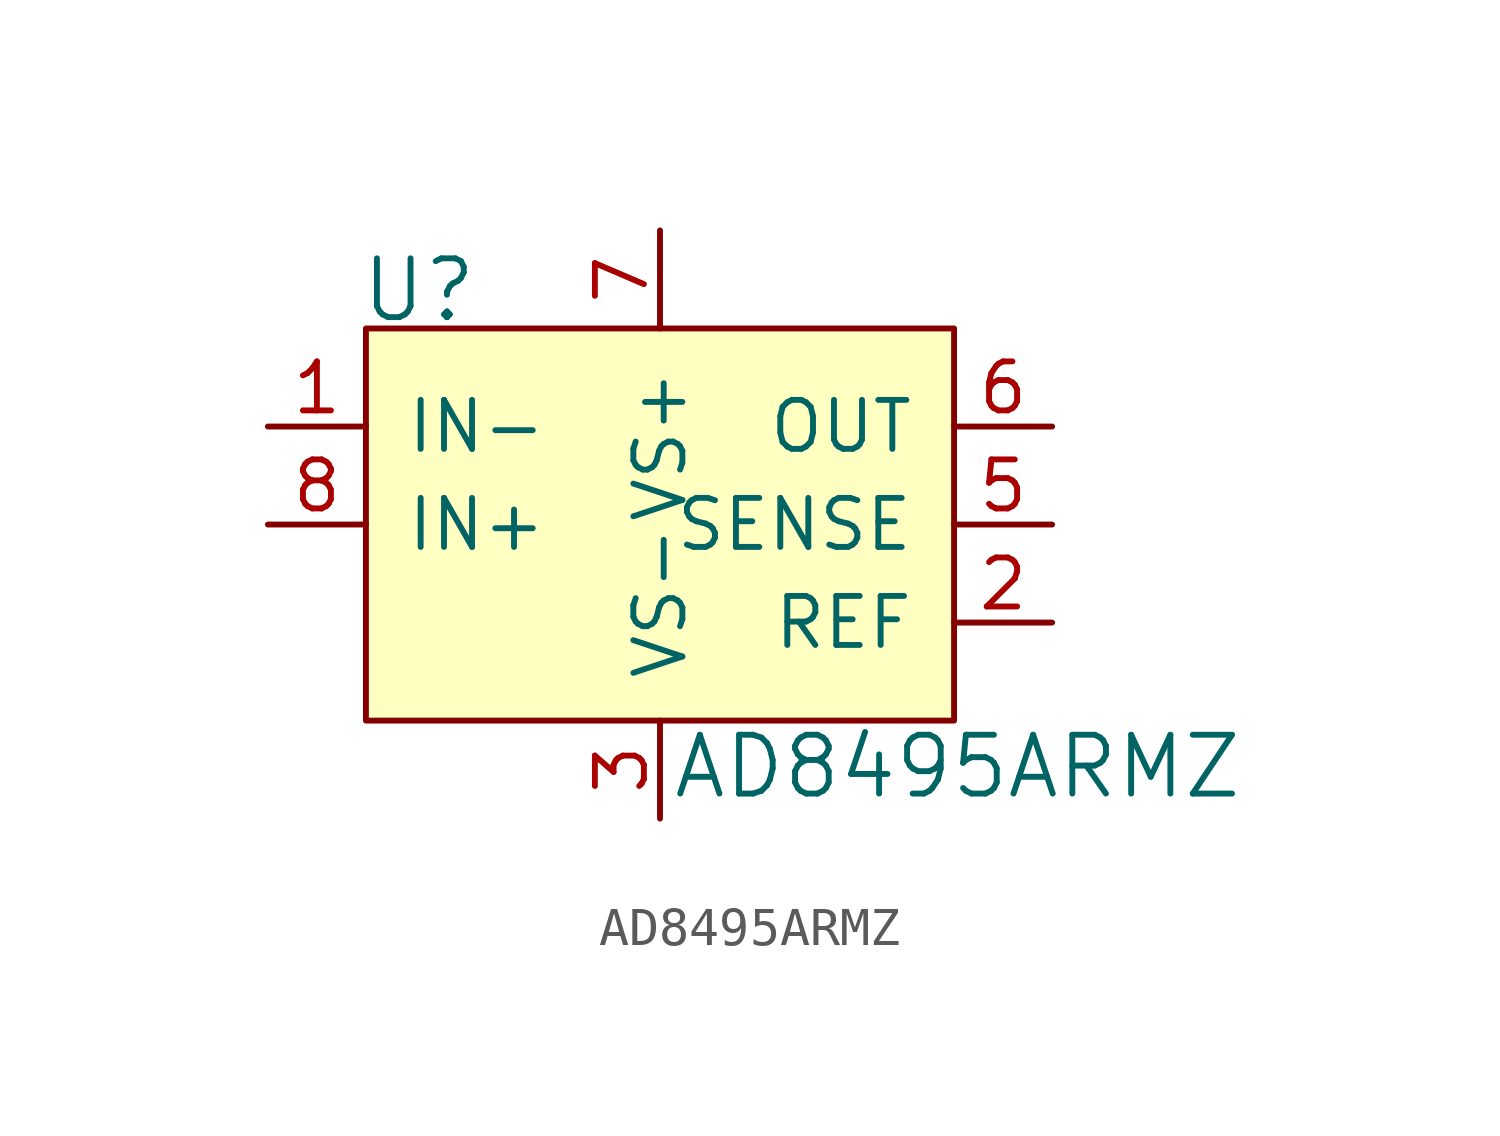
<source format=kicad_sym>
(kicad_symbol_lib
  (version 20201005)
  (generator kicad_symbol_editor)
  (symbol "AD8495ARMZ"
    (pin_names
      (offset 1.016))
    (property "Reference" "U"
      (at -7.798 3.531 0)
      (effects (font (size 1.524 1.524)) (justify left)))
    (property "Value" "AD8495ARMZ"
      (at 0.279 -8.814 0)
      (effects (font (size 1.524 1.524)) (justify left)))
    (symbol "AD8495ARMZ_0_1"
      (rectangle (start 7.62 2.54) (end -7.62 -7.62) (stroke (width 0)) (fill (type background))))
    (symbol "AD8495ARMZ_1_1"
      (pin input line (at -10.16 0 0) (length 2.54) (name "IN-" (effects (font (size 1.27 1.27)))) (number "1" (effects (font (size 1.27 1.27)))))
      (pin output line (at 10.16 -5.08 180) (length 2.54) (name "REF" (effects (font (size 1.27 1.27)))) (number "2" (effects (font (size 1.27 1.27)))))
      (pin power_in line (at 0 -10.16 90) (length 2.54) (name "VS-" (effects (font (size 1.27 1.27)))) (number "3" (effects (font (size 1.27 1.27)))))
      (pin no_connect line (at -7.62 -5.08 0) (length 2.54) hide (name "NC" (effects (font (size 1.27 1.27)))) (number "4" (effects (font (size 1.27 1.27)))))
      (pin output line (at 10.16 -2.54 180) (length 2.54) (name "SENSE" (effects (font (size 1.27 1.27)))) (number "5" (effects (font (size 1.27 1.27)))))
      (pin output line (at 10.16 0 180) (length 2.54) (name "OUT" (effects (font (size 1.27 1.27)))) (number "6" (effects (font (size 1.27 1.27)))))
      (pin power_in line (at 0 5.08 270) (length 2.54) (name "VS+" (effects (font (size 1.27 1.27)))) (number "7" (effects (font (size 1.27 1.27)))))
      (pin input line (at -10.16 -2.54 0) (length 2.54) (name "IN+" (effects (font (size 1.27 1.27)))) (number "8" (effects (font (size 1.27 1.27))))))))
</source>
